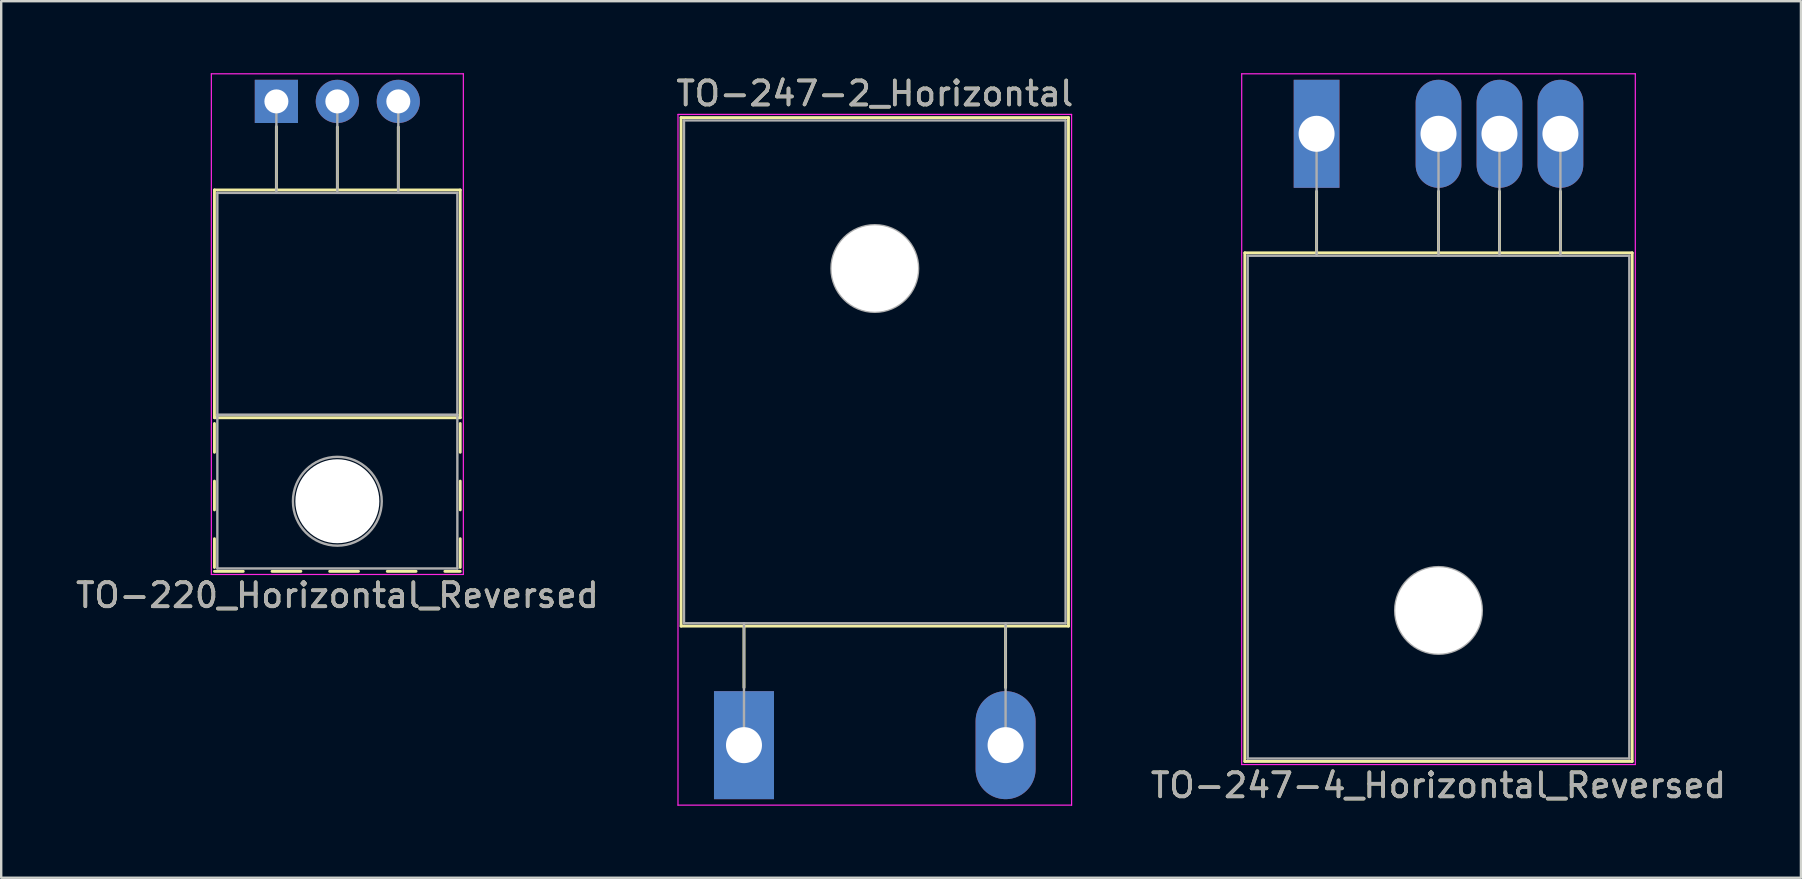
<source format=kicad_pcb>
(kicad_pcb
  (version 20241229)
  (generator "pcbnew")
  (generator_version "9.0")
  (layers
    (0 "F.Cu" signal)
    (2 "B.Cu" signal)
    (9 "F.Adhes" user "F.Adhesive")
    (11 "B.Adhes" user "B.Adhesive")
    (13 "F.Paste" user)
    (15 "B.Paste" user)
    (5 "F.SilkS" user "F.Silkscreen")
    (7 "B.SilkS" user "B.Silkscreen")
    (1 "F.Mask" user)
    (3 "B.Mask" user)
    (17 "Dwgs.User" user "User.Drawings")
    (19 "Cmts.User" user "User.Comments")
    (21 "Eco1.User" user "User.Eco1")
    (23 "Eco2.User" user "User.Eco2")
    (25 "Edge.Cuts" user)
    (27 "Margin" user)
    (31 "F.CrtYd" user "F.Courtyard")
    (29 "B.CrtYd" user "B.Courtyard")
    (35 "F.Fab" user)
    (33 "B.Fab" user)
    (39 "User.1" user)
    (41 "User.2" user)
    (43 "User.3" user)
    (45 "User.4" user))
  (footprint "TO-247-2_Horizontal"
    (layer "F.Cu")
    (at 27.949 27.998)
    (property "Reference" "TO-247-2_Horizontal" (at 5.45 -27.15 0) (layer "F.SilkS") (effects (font (size 1 1) (thickness 0.15))))
    (attr through_hole)
    (fp_line (start -2.62 -26.15) (end -2.62 -4.96) (stroke (width 0.12) (type solid)) (layer "F.SilkS"))
    (fp_line (start -2.62 -26.15) (end 13.52 -26.15) (stroke (width 0.12) (type solid)) (layer "F.SilkS"))
    (fp_line (start -2.62 -4.96) (end 13.52 -4.96) (stroke (width 0.12) (type solid)) (layer "F.SilkS"))
    (fp_line (start 0 -4.96) (end 0 -2.4) (stroke (width 0.12) (type solid)) (layer "F.SilkS"))
    (fp_line (start 10.9 -4.96) (end 10.9 -2.4) (stroke (width 0.12) (type solid)) (layer "F.SilkS"))
    (fp_line (start 13.52 -26.15) (end 13.52 -4.96) (stroke (width 0.12) (type solid)) (layer "F.SilkS"))
    (fp_line (start -2.75 -26.28) (end -2.75 2.5) (stroke (width 0.05) (type solid)) (layer "F.CrtYd"))
    (fp_line (start -2.75 2.5) (end 13.65 2.5) (stroke (width 0.05) (type solid)) (layer "F.CrtYd"))
    (fp_line (start 13.65 -26.28) (end -2.75 -26.28) (stroke (width 0.05) (type solid)) (layer "F.CrtYd"))
    (fp_line (start 13.65 2.5) (end 13.65 -26.28) (stroke (width 0.05) (type solid)) (layer "F.CrtYd"))
    (fp_line (start -2.5 -26.03) (end 13.4 -26.03) (stroke (width 0.1) (type solid)) (layer "F.Fab"))
    (fp_line (start -2.5 -5.08) (end -2.5 -26.03) (stroke (width 0.1) (type solid)) (layer "F.Fab"))
    (fp_line (start 0 -5.08) (end 0 0) (stroke (width 0.1) (type solid)) (layer "F.Fab"))
    (fp_line (start 10.9 -5.08) (end 10.9 0) (stroke (width 0.1) (type solid)) (layer "F.Fab"))
    (fp_line (start 13.4 -26.03) (end 13.4 -5.08) (stroke (width 0.1) (type solid)) (layer "F.Fab"))
    (fp_line (start 13.4 -5.08) (end -2.5 -5.08) (stroke (width 0.1) (type solid)) (layer "F.Fab"))
    (fp_circle (center 5.45 -19.86) (end 7.255 -19.86) (stroke (width 0.1) (type solid)) (fill no) (layer "F.Fab"))
    (fp_text user "${REFERENCE}" (at 5.45 -27.15 0) (layer "F.Fab") (effects (font (size 1 1) (thickness 0.15))))
    (pad "" np_thru_hole oval (at 5.45 -19.86) (size 3.6 3.6) (drill 3.6) (layers "*.Cu" "*.Mask"))
    (pad "1" thru_hole rect (at 0 0) (size 2.5 4.5) (drill 1.5) (layers "*.Cu" "*.Mask"))
    (pad "2" thru_hole oval (at 10.9 0) (size 2.5 4.5) (drill 1.5) (layers "*.Cu" "*.Mask")))
  (footprint "TO-247-4_Horizontal_Reversed"
    (layer "F.Cu")
    (at 51.807 2.525)
    (property "Reference" "TO-247-4_Horizontal_Reversed" (at 5.08 27.15 0) (layer "F.SilkS") (effects (font (size 1 1) (thickness 0.15))))
    (attr through_hole)
    (fp_line (start -2.99 4.96) (end -2.99 26.15) (stroke (width 0.12) (type solid)) (layer "F.SilkS"))
    (fp_line (start -2.99 4.96) (end 13.15 4.96) (stroke (width 0.12) (type solid)) (layer "F.SilkS"))
    (fp_line (start -2.99 26.15) (end 13.15 26.15) (stroke (width 0.12) (type solid)) (layer "F.SilkS"))
    (fp_line (start 0 2.4) (end 0 4.96) (stroke (width 0.12) (type solid)) (layer "F.SilkS"))
    (fp_line (start 5.08 2.4) (end 5.08 4.96) (stroke (width 0.12) (type solid)) (layer "F.SilkS"))
    (fp_line (start 7.62 2.4) (end 7.62 4.96) (stroke (width 0.12) (type solid)) (layer "F.SilkS"))
    (fp_line (start 10.16 2.4) (end 10.16 4.96) (stroke (width 0.12) (type solid)) (layer "F.SilkS"))
    (fp_line (start 13.15 4.96) (end 13.15 26.15) (stroke (width 0.12) (type solid)) (layer "F.SilkS"))
    (fp_line (start -3.12 -2.5) (end -3.12 26.28) (stroke (width 0.05) (type solid)) (layer "F.CrtYd"))
    (fp_line (start -3.12 26.28) (end 13.28 26.28) (stroke (width 0.05) (type solid)) (layer "F.CrtYd"))
    (fp_line (start 13.28 -2.5) (end -3.12 -2.5) (stroke (width 0.05) (type solid)) (layer "F.CrtYd"))
    (fp_line (start 13.28 26.28) (end 13.28 -2.5) (stroke (width 0.05) (type solid)) (layer "F.CrtYd"))
    (fp_line (start -2.87 5.08) (end -2.87 26.03) (stroke (width 0.1) (type solid)) (layer "F.Fab"))
    (fp_line (start -2.87 26.03) (end 13.03 26.03) (stroke (width 0.1) (type solid)) (layer "F.Fab"))
    (fp_line (start 0 5.08) (end 0 0) (stroke (width 0.1) (type solid)) (layer "F.Fab"))
    (fp_line (start 5.08 5.08) (end 5.08 0) (stroke (width 0.1) (type solid)) (layer "F.Fab"))
    (fp_line (start 7.62 5.08) (end 7.62 0) (stroke (width 0.1) (type solid)) (layer "F.Fab"))
    (fp_line (start 10.16 5.08) (end 10.16 0) (stroke (width 0.1) (type solid)) (layer "F.Fab"))
    (fp_line (start 13.03 5.08) (end -2.87 5.08) (stroke (width 0.1) (type solid)) (layer "F.Fab"))
    (fp_line (start 13.03 26.03) (end 13.03 5.08) (stroke (width 0.1) (type solid)) (layer "F.Fab"))
    (fp_circle (center 5.08 19.86) (end 6.885 19.86) (stroke (width 0.1) (type solid)) (fill no) (layer "F.Fab"))
    (fp_text user "${REFERENCE}" (at 5.08 27.15 0) (layer "F.Fab") (effects (font (size 1 1) (thickness 0.15))))
    (pad "" np_thru_hole oval (at 5.08 19.86) (size 3.6 3.6) (drill 3.6) (layers "*.Cu" "*.Mask"))
    (pad "1" thru_hole rect (at 0 0) (size 1.905 4.5) (drill 1.5) (layers "*.Cu" "*.Mask"))
    (pad "2" thru_hole oval (at 5.08 0) (size 1.905 4.5) (drill 1.5) (layers "*.Cu" "*.Mask"))
    (pad "3" thru_hole oval (at 7.62 0) (size 1.905 4.5) (drill 1.5) (layers "*.Cu" "*.Mask"))
    (pad "4" thru_hole oval (at 10.16 0) (size 1.905 4.5) (drill 1.5) (layers "*.Cu" "*.Mask")))
  (footprint "TO-220_Horizontal_Reversed"
    (layer "F.Cu")
    (at 8.466 1.175)
    (property "Reference" "TO-220_Horizontal_Reversed" (at 2.54 20.58 0) (layer "F.SilkS") (effects (font (size 1 1) (thickness 0.15))))
    (attr through_hole)
    (fp_line (start -2.58 3.69) (end -2.58 13.18) (stroke (width 0.12) (type solid)) (layer "F.SilkS"))
    (fp_line (start -2.58 3.69) (end 7.66 3.69) (stroke (width 0.12) (type solid)) (layer "F.SilkS"))
    (fp_line (start -2.58 13.18) (end 7.66 13.18) (stroke (width 0.12) (type solid)) (layer "F.SilkS"))
    (fp_line (start -2.58 13.42) (end -2.58 14.62) (stroke (width 0.12) (type solid)) (layer "F.SilkS"))
    (fp_line (start -2.58 15.82) (end -2.58 17.02) (stroke (width 0.12) (type solid)) (layer "F.SilkS"))
    (fp_line (start -2.58 18.22) (end -2.58 19.42) (stroke (width 0.12) (type solid)) (layer "F.SilkS"))
    (fp_line (start -2.58 19.58) (end -1.38 19.58) (stroke (width 0.12) (type solid)) (layer "F.SilkS"))
    (fp_line (start -0.181 19.58) (end 1.02 19.58) (stroke (width 0.12) (type solid)) (layer "F.SilkS"))
    (fp_line (start 0 1.05) (end 0 3.69) (stroke (width 0.12) (type solid)) (layer "F.SilkS"))
    (fp_line (start 2.22 19.58) (end 3.42 19.58) (stroke (width 0.12) (type solid)) (layer "F.SilkS"))
    (fp_line (start 2.54 1.066) (end 2.54 3.69) (stroke (width 0.12) (type solid)) (layer "F.SilkS"))
    (fp_line (start 4.62 19.58) (end 5.82 19.58) (stroke (width 0.12) (type solid)) (layer "F.SilkS"))
    (fp_line (start 5.08 1.066) (end 5.08 3.69) (stroke (width 0.12) (type solid)) (layer "F.SilkS"))
    (fp_line (start 7.02 19.58) (end 7.66 19.58) (stroke (width 0.12) (type solid)) (layer "F.SilkS"))
    (fp_line (start 7.66 3.69) (end 7.66 13.18) (stroke (width 0.12) (type solid)) (layer "F.SilkS"))
    (fp_line (start 7.66 13.42) (end 7.66 14.62) (stroke (width 0.12) (type solid)) (layer "F.SilkS"))
    (fp_line (start 7.66 15.82) (end 7.66 17.02) (stroke (width 0.12) (type solid)) (layer "F.SilkS"))
    (fp_line (start 7.66 18.22) (end 7.66 19.42) (stroke (width 0.12) (type solid)) (layer "F.SilkS"))
    (fp_line (start -2.71 -1.15) (end -2.71 19.71) (stroke (width 0.05) (type solid)) (layer "F.CrtYd"))
    (fp_line (start -2.71 19.71) (end 7.79 19.71) (stroke (width 0.05) (type solid)) (layer "F.CrtYd"))
    (fp_line (start 7.79 -1.15) (end -2.71 -1.15) (stroke (width 0.05) (type solid)) (layer "F.CrtYd"))
    (fp_line (start 7.79 19.71) (end 7.79 -1.15) (stroke (width 0.05) (type solid)) (layer "F.CrtYd"))
    (fp_line (start -2.46 3.81) (end -2.46 13.06) (stroke (width 0.1) (type solid)) (layer "F.Fab"))
    (fp_line (start -2.46 13.06) (end -2.46 19.46) (stroke (width 0.1) (type solid)) (layer "F.Fab"))
    (fp_line (start -2.46 13.06) (end 7.54 13.06) (stroke (width 0.1) (type solid)) (layer "F.Fab"))
    (fp_line (start -2.46 19.46) (end 7.54 19.46) (stroke (width 0.1) (type solid)) (layer "F.Fab"))
    (fp_line (start 0 3.81) (end 0 0) (stroke (width 0.1) (type solid)) (layer "F.Fab"))
    (fp_line (start 2.54 3.81) (end 2.54 0) (stroke (width 0.1) (type solid)) (layer "F.Fab"))
    (fp_line (start 5.08 3.81) (end 5.08 0) (stroke (width 0.1) (type solid)) (layer "F.Fab"))
    (fp_line (start 7.54 3.81) (end -2.46 3.81) (stroke (width 0.1) (type solid)) (layer "F.Fab"))
    (fp_line (start 7.54 13.06) (end -2.46 13.06) (stroke (width 0.1) (type solid)) (layer "F.Fab"))
    (fp_line (start 7.54 13.06) (end 7.54 3.81) (stroke (width 0.1) (type solid)) (layer "F.Fab"))
    (fp_line (start 7.54 19.46) (end 7.54 13.06) (stroke (width 0.1) (type solid)) (layer "F.Fab"))
    (fp_circle (center 2.54 16.66) (end 4.39 16.66) (stroke (width 0.1) (type solid)) (fill no) (layer "F.Fab"))
    (fp_text user "${REFERENCE}" (at 2.54 20.58 0) (layer "F.Fab") (effects (font (size 1 1) (thickness 0.15))))
    (pad "" np_thru_hole oval (at 2.54 16.66) (size 3.5 3.5) (drill 3.5) (layers "*.Cu" "*.Mask"))
    (pad "1" thru_hole rect (at 0 0) (size 1.8 1.8) (drill 1) (layers "*.Cu" "*.Mask"))
    (pad "2" thru_hole oval (at 2.54 0) (size 1.8 1.8) (drill 1) (layers "*.Cu" "*.Mask"))
    (pad "3" thru_hole oval (at 5.08 0) (size 1.8 1.8) (drill 1) (layers "*.Cu" "*.Mask")))
  (gr_rect
    (start -3 -3)
    (end 71.988 33.523)
    (stroke (width 0.1) (type default))
    (fill no)
    (layer "Edge.Cuts")))
</source>
